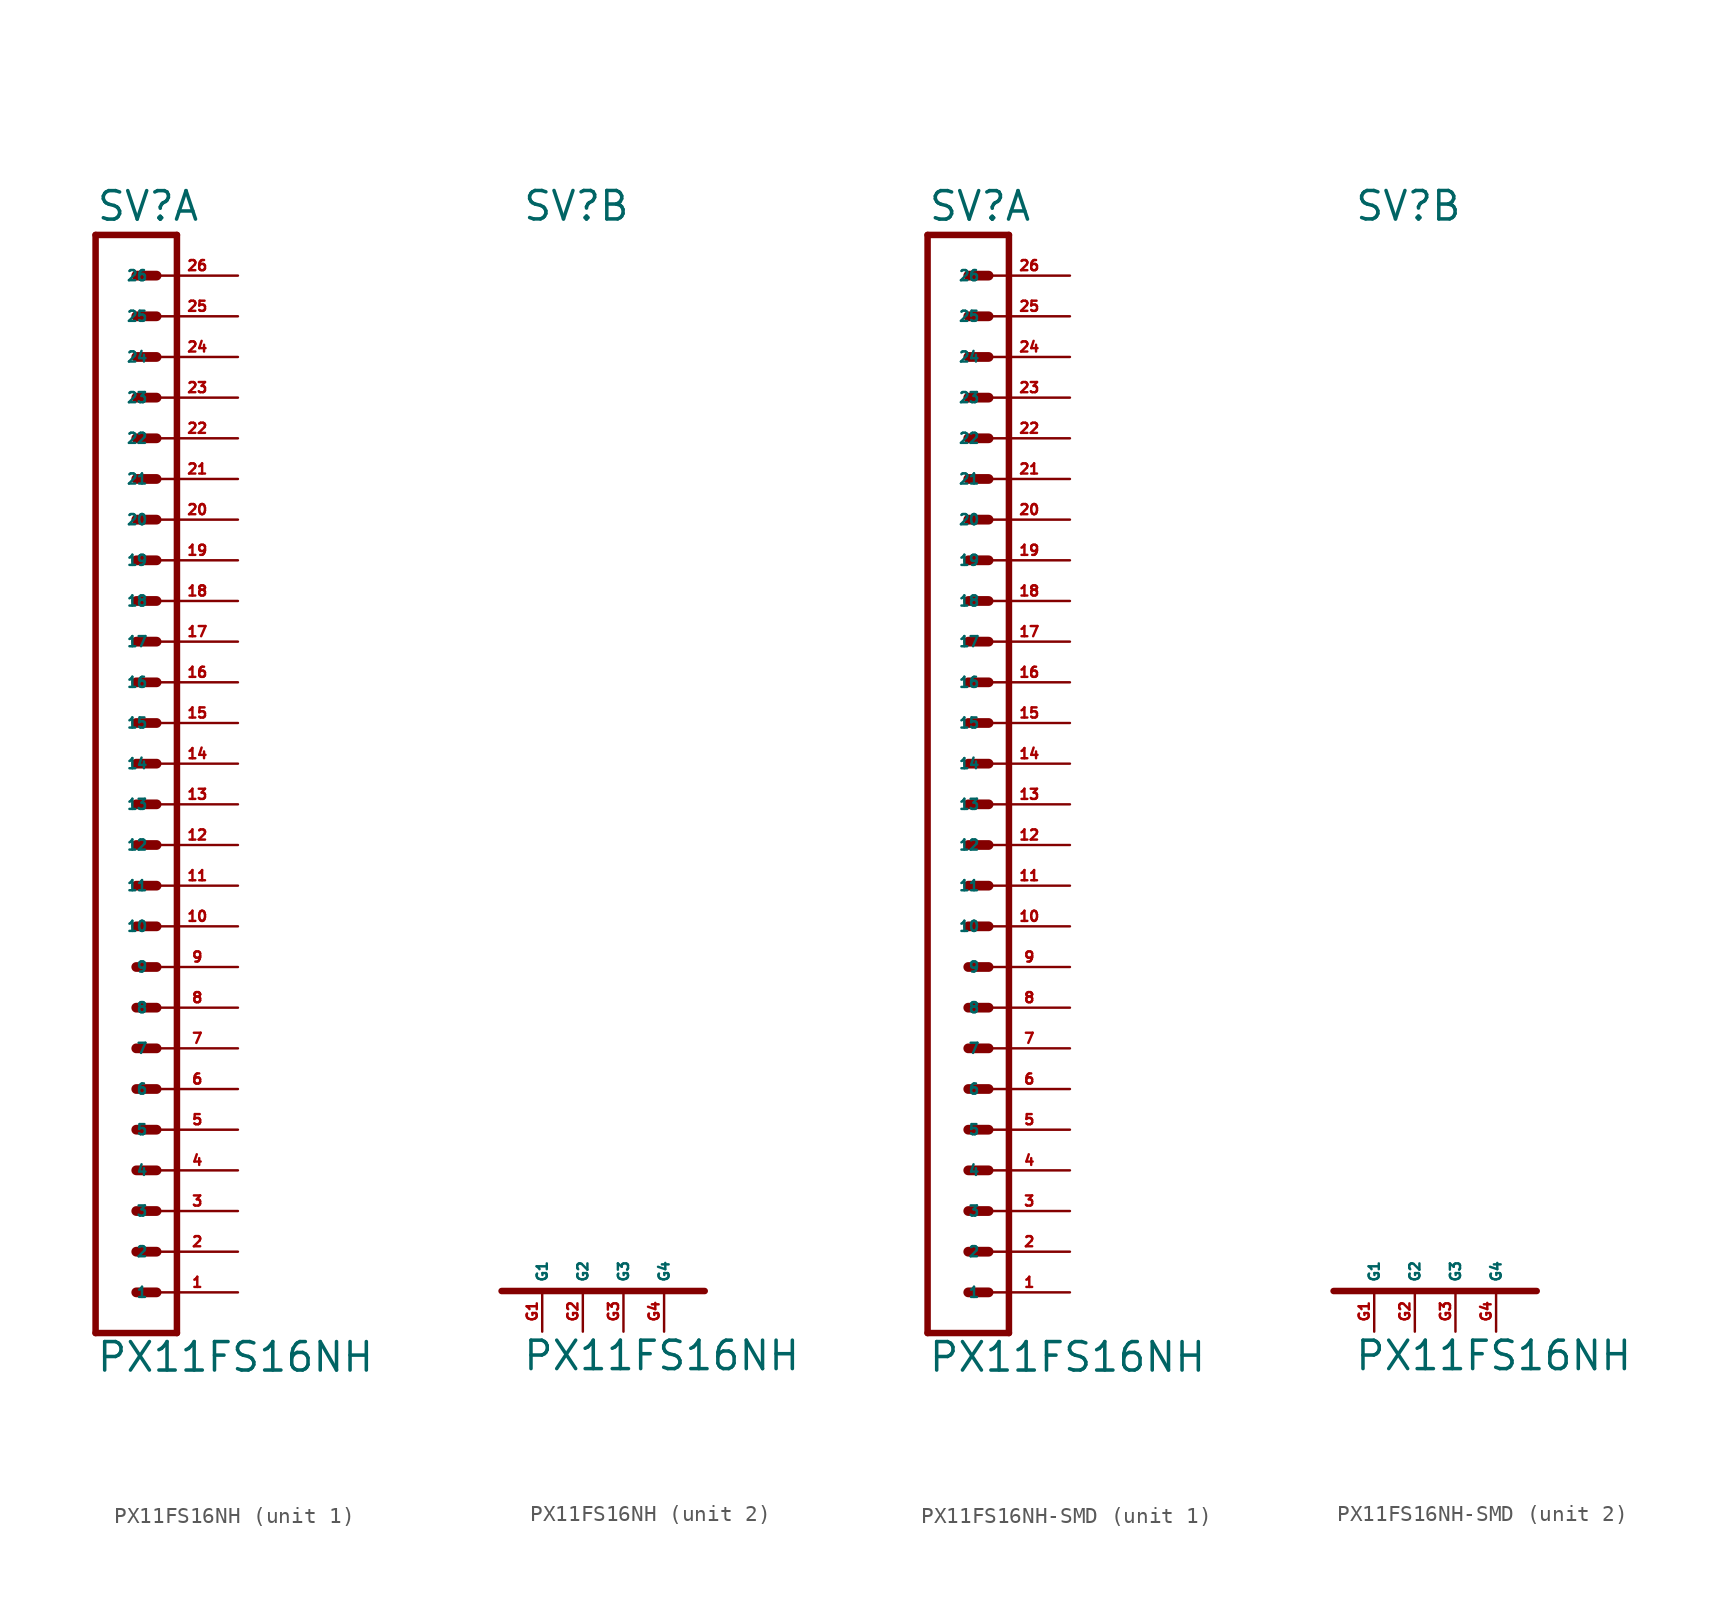
<source format=kicad_sym>
(kicad_symbol_lib
  (version 20220914)
  (generator Eagle2Kicad)
  (symbol "PX11FS16NH"
    (property "Reference" "SV"
      (at -1.27 66.802 0)
      (effects (font (size 1.778 1.778) (thickness 0.22)) (justify left bottom)))
    (property "Value" "PX11FS16NH"
      (at -1.27 -5.08 0)
      (effects (font (size 1.778 1.778) (thickness 0.22)) (justify left bottom)))
    (symbol "PX11FS16NH_1_0"
      (polyline (pts (xy 3.81 -2.54) (xy -1.27 -2.54)) (stroke (width 0.406) (type default)) (fill (type none)))
      (polyline (pts (xy 1.27 5.08) (xy 2.54 5.08)) (stroke (width 0.61) (type default)) (fill (type none)))
      (polyline (pts (xy 1.27 2.54) (xy 2.54 2.54)) (stroke (width 0.61) (type default)) (fill (type none)))
      (polyline (pts (xy 1.27 0) (xy 2.54 0)) (stroke (width 0.61) (type default)) (fill (type none)))
      (polyline (pts (xy 1.27 10.16) (xy 2.54 10.16)) (stroke (width 0.61) (type default)) (fill (type none)))
      (polyline (pts (xy 1.27 7.62) (xy 2.54 7.62)) (stroke (width 0.61) (type default)) (fill (type none)))
      (polyline (pts (xy 1.27 12.7) (xy 2.54 12.7)) (stroke (width 0.61) (type default)) (fill (type none)))
      (polyline (pts (xy -1.27 66.04) (xy -1.27 -2.54)) (stroke (width 0.406) (type default)) (fill (type none)))
      (polyline (pts (xy 3.81 -2.54) (xy 3.81 66.04)) (stroke (width 0.406) (type default)) (fill (type none)))
      (polyline (pts (xy -1.27 66.04) (xy 3.81 66.04)) (stroke (width 0.406) (type default)) (fill (type none)))
      (polyline (pts (xy 1.27 15.24) (xy 2.54 15.24)) (stroke (width 0.61) (type default)) (fill (type none)))
      (polyline (pts (xy 1.27 17.78) (xy 2.54 17.78)) (stroke (width 0.61) (type default)) (fill (type none)))
      (polyline (pts (xy 1.27 20.32) (xy 2.54 20.32)) (stroke (width 0.61) (type default)) (fill (type none)))
      (polyline (pts (xy 1.27 22.86) (xy 2.54 22.86)) (stroke (width 0.61) (type default)) (fill (type none)))
      (polyline (pts (xy 1.27 25.4) (xy 2.54 25.4)) (stroke (width 0.61) (type default)) (fill (type none)))
      (polyline (pts (xy 1.27 27.94) (xy 2.54 27.94)) (stroke (width 0.61) (type default)) (fill (type none)))
      (polyline (pts (xy 1.27 30.48) (xy 2.54 30.48)) (stroke (width 0.61) (type default)) (fill (type none)))
      (polyline (pts (xy 1.27 33.02) (xy 2.54 33.02)) (stroke (width 0.61) (type default)) (fill (type none)))
      (polyline (pts (xy 1.27 35.56) (xy 2.54 35.56)) (stroke (width 0.61) (type default)) (fill (type none)))
      (polyline (pts (xy 1.27 38.1) (xy 2.54 38.1)) (stroke (width 0.61) (type default)) (fill (type none)))
      (polyline (pts (xy 1.27 40.64) (xy 2.54 40.64)) (stroke (width 0.61) (type default)) (fill (type none)))
      (polyline (pts (xy 1.27 43.18) (xy 2.54 43.18)) (stroke (width 0.61) (type default)) (fill (type none)))
      (polyline (pts (xy 1.27 45.72) (xy 2.54 45.72)) (stroke (width 0.61) (type default)) (fill (type none)))
      (polyline (pts (xy 1.27 48.26) (xy 2.54 48.26)) (stroke (width 0.61) (type default)) (fill (type none)))
      (polyline (pts (xy 1.27 50.8) (xy 2.54 50.8)) (stroke (width 0.61) (type default)) (fill (type none)))
      (polyline (pts (xy 1.27 53.34) (xy 2.54 53.34)) (stroke (width 0.61) (type default)) (fill (type none)))
      (polyline (pts (xy 1.27 55.88) (xy 2.54 55.88)) (stroke (width 0.61) (type default)) (fill (type none)))
      (polyline (pts (xy 1.27 58.42) (xy 2.54 58.42)) (stroke (width 0.61) (type default)) (fill (type none)))
      (polyline (pts (xy 1.27 60.96) (xy 2.54 60.96)) (stroke (width 0.61) (type default)) (fill (type none)))
      (polyline (pts (xy 1.27 63.5) (xy 2.54 63.5)) (stroke (width 0.61) (type default)) (fill (type none)))
      (pin passive line (at 7.62 0 180) (length 5.08) (name "1" (effects (font (size 0.635 0.635) (thickness 0.08)) (justify left bottom))) (number "1" (effects (font (size 0.635 0.635) (thickness 0.08)) (justify left bottom))))
      (pin passive line (at 7.62 2.54 180) (length 5.08) (name "2" (effects (font (size 0.635 0.635) (thickness 0.08)) (justify left bottom))) (number "2" (effects (font (size 0.635 0.635) (thickness 0.08)) (justify left bottom))))
      (pin passive line (at 7.62 5.08 180) (length 5.08) (name "3" (effects (font (size 0.635 0.635) (thickness 0.08)) (justify left bottom))) (number "3" (effects (font (size 0.635 0.635) (thickness 0.08)) (justify left bottom))))
      (pin passive line (at 7.62 7.62 180) (length 5.08) (name "4" (effects (font (size 0.635 0.635) (thickness 0.08)) (justify left bottom))) (number "4" (effects (font (size 0.635 0.635) (thickness 0.08)) (justify left bottom))))
      (pin passive line (at 7.62 10.16 180) (length 5.08) (name "5" (effects (font (size 0.635 0.635) (thickness 0.08)) (justify left bottom))) (number "5" (effects (font (size 0.635 0.635) (thickness 0.08)) (justify left bottom))))
      (pin passive line (at 7.62 12.7 180) (length 5.08) (name "6" (effects (font (size 0.635 0.635) (thickness 0.08)) (justify left bottom))) (number "6" (effects (font (size 0.635 0.635) (thickness 0.08)) (justify left bottom))))
      (pin passive line (at 7.62 15.24 180) (length 5.08) (name "7" (effects (font (size 0.635 0.635) (thickness 0.08)) (justify left bottom))) (number "7" (effects (font (size 0.635 0.635) (thickness 0.08)) (justify left bottom))))
      (pin passive line (at 7.62 17.78 180) (length 5.08) (name "8" (effects (font (size 0.635 0.635) (thickness 0.08)) (justify left bottom))) (number "8" (effects (font (size 0.635 0.635) (thickness 0.08)) (justify left bottom))))
      (pin passive line (at 7.62 20.32 180) (length 5.08) (name "9" (effects (font (size 0.635 0.635) (thickness 0.08)) (justify left bottom))) (number "9" (effects (font (size 0.635 0.635) (thickness 0.08)) (justify left bottom))))
      (pin passive line (at 7.62 22.86 180) (length 5.08) (name "10" (effects (font (size 0.635 0.635) (thickness 0.08)) (justify left bottom))) (number "10" (effects (font (size 0.635 0.635) (thickness 0.08)) (justify left bottom))))
      (pin passive line (at 7.62 25.4 180) (length 5.08) (name "11" (effects (font (size 0.635 0.635) (thickness 0.08)) (justify left bottom))) (number "11" (effects (font (size 0.635 0.635) (thickness 0.08)) (justify left bottom))))
      (pin passive line (at 7.62 27.94 180) (length 5.08) (name "12" (effects (font (size 0.635 0.635) (thickness 0.08)) (justify left bottom))) (number "12" (effects (font (size 0.635 0.635) (thickness 0.08)) (justify left bottom))))
      (pin passive line (at 7.62 30.48 180) (length 5.08) (name "13" (effects (font (size 0.635 0.635) (thickness 0.08)) (justify left bottom))) (number "13" (effects (font (size 0.635 0.635) (thickness 0.08)) (justify left bottom))))
      (pin passive line (at 7.62 33.02 180) (length 5.08) (name "14" (effects (font (size 0.635 0.635) (thickness 0.08)) (justify left bottom))) (number "14" (effects (font (size 0.635 0.635) (thickness 0.08)) (justify left bottom))))
      (pin passive line (at 7.62 35.56 180) (length 5.08) (name "15" (effects (font (size 0.635 0.635) (thickness 0.08)) (justify left bottom))) (number "15" (effects (font (size 0.635 0.635) (thickness 0.08)) (justify left bottom))))
      (pin passive line (at 7.62 38.1 180) (length 5.08) (name "16" (effects (font (size 0.635 0.635) (thickness 0.08)) (justify left bottom))) (number "16" (effects (font (size 0.635 0.635) (thickness 0.08)) (justify left bottom))))
      (pin passive line (at 7.62 40.64 180) (length 5.08) (name "17" (effects (font (size 0.635 0.635) (thickness 0.08)) (justify left bottom))) (number "17" (effects (font (size 0.635 0.635) (thickness 0.08)) (justify left bottom))))
      (pin passive line (at 7.62 43.18 180) (length 5.08) (name "18" (effects (font (size 0.635 0.635) (thickness 0.08)) (justify left bottom))) (number "18" (effects (font (size 0.635 0.635) (thickness 0.08)) (justify left bottom))))
      (pin passive line (at 7.62 45.72 180) (length 5.08) (name "19" (effects (font (size 0.635 0.635) (thickness 0.08)) (justify left bottom))) (number "19" (effects (font (size 0.635 0.635) (thickness 0.08)) (justify left bottom))))
      (pin passive line (at 7.62 48.26 180) (length 5.08) (name "20" (effects (font (size 0.635 0.635) (thickness 0.08)) (justify left bottom))) (number "20" (effects (font (size 0.635 0.635) (thickness 0.08)) (justify left bottom))))
      (pin passive line (at 7.62 50.8 180) (length 5.08) (name "21" (effects (font (size 0.635 0.635) (thickness 0.08)) (justify left bottom))) (number "21" (effects (font (size 0.635 0.635) (thickness 0.08)) (justify left bottom))))
      (pin passive line (at 7.62 53.34 180) (length 5.08) (name "22" (effects (font (size 0.635 0.635) (thickness 0.08)) (justify left bottom))) (number "22" (effects (font (size 0.635 0.635) (thickness 0.08)) (justify left bottom))))
      (pin passive line (at 7.62 55.88 180) (length 5.08) (name "23" (effects (font (size 0.635 0.635) (thickness 0.08)) (justify left bottom))) (number "23" (effects (font (size 0.635 0.635) (thickness 0.08)) (justify left bottom))))
      (pin passive line (at 7.62 58.42 180) (length 5.08) (name "24" (effects (font (size 0.635 0.635) (thickness 0.08)) (justify left bottom))) (number "24" (effects (font (size 0.635 0.635) (thickness 0.08)) (justify left bottom))))
      (pin passive line (at 7.62 60.96 180) (length 5.08) (name "25" (effects (font (size 0.635 0.635) (thickness 0.08)) (justify left bottom))) (number "25" (effects (font (size 0.635 0.635) (thickness 0.08)) (justify left bottom))))
      (pin passive line (at 7.62 63.5 180) (length 5.08) (name "26" (effects (font (size 0.635 0.635) (thickness 0.08)) (justify left bottom))) (number "26" (effects (font (size 0.635 0.635) (thickness 0.08)) (justify left bottom)))))
    (symbol "PX11FS16NH_2_0"
      (polyline (pts (xy -2.54 0) (xy 10.16 0)) (stroke (width 0.406) (type default)) (fill (type none)))
      (pin passive line (at 0 -2.54 90) (length 2.54) (name "G1" (effects (font (size 0.635 0.635) (thickness 0.08)) (justify left bottom))) (number "G1" (effects (font (size 0.635 0.635) (thickness 0.08)) (justify left bottom))))
      (pin passive line (at 2.54 -2.54 90) (length 2.54) (name "G2" (effects (font (size 0.635 0.635) (thickness 0.08)) (justify left bottom))) (number "G2" (effects (font (size 0.635 0.635) (thickness 0.08)) (justify left bottom))))
      (pin passive line (at 5.08 -2.54 90) (length 2.54) (name "G3" (effects (font (size 0.635 0.635) (thickness 0.08)) (justify left bottom))) (number "G3" (effects (font (size 0.635 0.635) (thickness 0.08)) (justify left bottom))))
      (pin passive line (at 7.62 -2.54 90) (length 2.54) (name "G4" (effects (font (size 0.635 0.635) (thickness 0.08)) (justify left bottom))) (number "G4" (effects (font (size 0.635 0.635) (thickness 0.08)) (justify left bottom))))))
  (symbol "PX11FS16NH-SMD"
    (property "Reference" "SV"
      (at -1.27 66.802 0)
      (effects (font (size 1.778 1.778) (thickness 0.22)) (justify left bottom)))
    (property "Value" "PX11FS16NH"
      (at -1.27 -5.08 0)
      (effects (font (size 1.778 1.778) (thickness 0.22)) (justify left bottom)))
    (symbol "PX11FS16NH-SMD_1_0"
      (polyline (pts (xy 3.81 -2.54) (xy -1.27 -2.54)) (stroke (width 0.406) (type default)) (fill (type none)))
      (polyline (pts (xy 1.27 5.08) (xy 2.54 5.08)) (stroke (width 0.61) (type default)) (fill (type none)))
      (polyline (pts (xy 1.27 2.54) (xy 2.54 2.54)) (stroke (width 0.61) (type default)) (fill (type none)))
      (polyline (pts (xy 1.27 0) (xy 2.54 0)) (stroke (width 0.61) (type default)) (fill (type none)))
      (polyline (pts (xy 1.27 10.16) (xy 2.54 10.16)) (stroke (width 0.61) (type default)) (fill (type none)))
      (polyline (pts (xy 1.27 7.62) (xy 2.54 7.62)) (stroke (width 0.61) (type default)) (fill (type none)))
      (polyline (pts (xy 1.27 12.7) (xy 2.54 12.7)) (stroke (width 0.61) (type default)) (fill (type none)))
      (polyline (pts (xy -1.27 66.04) (xy -1.27 -2.54)) (stroke (width 0.406) (type default)) (fill (type none)))
      (polyline (pts (xy 3.81 -2.54) (xy 3.81 66.04)) (stroke (width 0.406) (type default)) (fill (type none)))
      (polyline (pts (xy -1.27 66.04) (xy 3.81 66.04)) (stroke (width 0.406) (type default)) (fill (type none)))
      (polyline (pts (xy 1.27 15.24) (xy 2.54 15.24)) (stroke (width 0.61) (type default)) (fill (type none)))
      (polyline (pts (xy 1.27 17.78) (xy 2.54 17.78)) (stroke (width 0.61) (type default)) (fill (type none)))
      (polyline (pts (xy 1.27 20.32) (xy 2.54 20.32)) (stroke (width 0.61) (type default)) (fill (type none)))
      (polyline (pts (xy 1.27 22.86) (xy 2.54 22.86)) (stroke (width 0.61) (type default)) (fill (type none)))
      (polyline (pts (xy 1.27 25.4) (xy 2.54 25.4)) (stroke (width 0.61) (type default)) (fill (type none)))
      (polyline (pts (xy 1.27 27.94) (xy 2.54 27.94)) (stroke (width 0.61) (type default)) (fill (type none)))
      (polyline (pts (xy 1.27 30.48) (xy 2.54 30.48)) (stroke (width 0.61) (type default)) (fill (type none)))
      (polyline (pts (xy 1.27 33.02) (xy 2.54 33.02)) (stroke (width 0.61) (type default)) (fill (type none)))
      (polyline (pts (xy 1.27 35.56) (xy 2.54 35.56)) (stroke (width 0.61) (type default)) (fill (type none)))
      (polyline (pts (xy 1.27 38.1) (xy 2.54 38.1)) (stroke (width 0.61) (type default)) (fill (type none)))
      (polyline (pts (xy 1.27 40.64) (xy 2.54 40.64)) (stroke (width 0.61) (type default)) (fill (type none)))
      (polyline (pts (xy 1.27 43.18) (xy 2.54 43.18)) (stroke (width 0.61) (type default)) (fill (type none)))
      (polyline (pts (xy 1.27 45.72) (xy 2.54 45.72)) (stroke (width 0.61) (type default)) (fill (type none)))
      (polyline (pts (xy 1.27 48.26) (xy 2.54 48.26)) (stroke (width 0.61) (type default)) (fill (type none)))
      (polyline (pts (xy 1.27 50.8) (xy 2.54 50.8)) (stroke (width 0.61) (type default)) (fill (type none)))
      (polyline (pts (xy 1.27 53.34) (xy 2.54 53.34)) (stroke (width 0.61) (type default)) (fill (type none)))
      (polyline (pts (xy 1.27 55.88) (xy 2.54 55.88)) (stroke (width 0.61) (type default)) (fill (type none)))
      (polyline (pts (xy 1.27 58.42) (xy 2.54 58.42)) (stroke (width 0.61) (type default)) (fill (type none)))
      (polyline (pts (xy 1.27 60.96) (xy 2.54 60.96)) (stroke (width 0.61) (type default)) (fill (type none)))
      (polyline (pts (xy 1.27 63.5) (xy 2.54 63.5)) (stroke (width 0.61) (type default)) (fill (type none)))
      (pin passive line (at 7.62 0 180) (length 5.08) (name "1" (effects (font (size 0.635 0.635) (thickness 0.08)) (justify left bottom))) (number "1" (effects (font (size 0.635 0.635) (thickness 0.08)) (justify left bottom))))
      (pin passive line (at 7.62 2.54 180) (length 5.08) (name "2" (effects (font (size 0.635 0.635) (thickness 0.08)) (justify left bottom))) (number "2" (effects (font (size 0.635 0.635) (thickness 0.08)) (justify left bottom))))
      (pin passive line (at 7.62 5.08 180) (length 5.08) (name "3" (effects (font (size 0.635 0.635) (thickness 0.08)) (justify left bottom))) (number "3" (effects (font (size 0.635 0.635) (thickness 0.08)) (justify left bottom))))
      (pin passive line (at 7.62 7.62 180) (length 5.08) (name "4" (effects (font (size 0.635 0.635) (thickness 0.08)) (justify left bottom))) (number "4" (effects (font (size 0.635 0.635) (thickness 0.08)) (justify left bottom))))
      (pin passive line (at 7.62 10.16 180) (length 5.08) (name "5" (effects (font (size 0.635 0.635) (thickness 0.08)) (justify left bottom))) (number "5" (effects (font (size 0.635 0.635) (thickness 0.08)) (justify left bottom))))
      (pin passive line (at 7.62 12.7 180) (length 5.08) (name "6" (effects (font (size 0.635 0.635) (thickness 0.08)) (justify left bottom))) (number "6" (effects (font (size 0.635 0.635) (thickness 0.08)) (justify left bottom))))
      (pin passive line (at 7.62 15.24 180) (length 5.08) (name "7" (effects (font (size 0.635 0.635) (thickness 0.08)) (justify left bottom))) (number "7" (effects (font (size 0.635 0.635) (thickness 0.08)) (justify left bottom))))
      (pin passive line (at 7.62 17.78 180) (length 5.08) (name "8" (effects (font (size 0.635 0.635) (thickness 0.08)) (justify left bottom))) (number "8" (effects (font (size 0.635 0.635) (thickness 0.08)) (justify left bottom))))
      (pin passive line (at 7.62 20.32 180) (length 5.08) (name "9" (effects (font (size 0.635 0.635) (thickness 0.08)) (justify left bottom))) (number "9" (effects (font (size 0.635 0.635) (thickness 0.08)) (justify left bottom))))
      (pin passive line (at 7.62 22.86 180) (length 5.08) (name "10" (effects (font (size 0.635 0.635) (thickness 0.08)) (justify left bottom))) (number "10" (effects (font (size 0.635 0.635) (thickness 0.08)) (justify left bottom))))
      (pin passive line (at 7.62 25.4 180) (length 5.08) (name "11" (effects (font (size 0.635 0.635) (thickness 0.08)) (justify left bottom))) (number "11" (effects (font (size 0.635 0.635) (thickness 0.08)) (justify left bottom))))
      (pin passive line (at 7.62 27.94 180) (length 5.08) (name "12" (effects (font (size 0.635 0.635) (thickness 0.08)) (justify left bottom))) (number "12" (effects (font (size 0.635 0.635) (thickness 0.08)) (justify left bottom))))
      (pin passive line (at 7.62 30.48 180) (length 5.08) (name "13" (effects (font (size 0.635 0.635) (thickness 0.08)) (justify left bottom))) (number "13" (effects (font (size 0.635 0.635) (thickness 0.08)) (justify left bottom))))
      (pin passive line (at 7.62 33.02 180) (length 5.08) (name "14" (effects (font (size 0.635 0.635) (thickness 0.08)) (justify left bottom))) (number "14" (effects (font (size 0.635 0.635) (thickness 0.08)) (justify left bottom))))
      (pin passive line (at 7.62 35.56 180) (length 5.08) (name "15" (effects (font (size 0.635 0.635) (thickness 0.08)) (justify left bottom))) (number "15" (effects (font (size 0.635 0.635) (thickness 0.08)) (justify left bottom))))
      (pin passive line (at 7.62 38.1 180) (length 5.08) (name "16" (effects (font (size 0.635 0.635) (thickness 0.08)) (justify left bottom))) (number "16" (effects (font (size 0.635 0.635) (thickness 0.08)) (justify left bottom))))
      (pin passive line (at 7.62 40.64 180) (length 5.08) (name "17" (effects (font (size 0.635 0.635) (thickness 0.08)) (justify left bottom))) (number "17" (effects (font (size 0.635 0.635) (thickness 0.08)) (justify left bottom))))
      (pin passive line (at 7.62 43.18 180) (length 5.08) (name "18" (effects (font (size 0.635 0.635) (thickness 0.08)) (justify left bottom))) (number "18" (effects (font (size 0.635 0.635) (thickness 0.08)) (justify left bottom))))
      (pin passive line (at 7.62 45.72 180) (length 5.08) (name "19" (effects (font (size 0.635 0.635) (thickness 0.08)) (justify left bottom))) (number "19" (effects (font (size 0.635 0.635) (thickness 0.08)) (justify left bottom))))
      (pin passive line (at 7.62 48.26 180) (length 5.08) (name "20" (effects (font (size 0.635 0.635) (thickness 0.08)) (justify left bottom))) (number "20" (effects (font (size 0.635 0.635) (thickness 0.08)) (justify left bottom))))
      (pin passive line (at 7.62 50.8 180) (length 5.08) (name "21" (effects (font (size 0.635 0.635) (thickness 0.08)) (justify left bottom))) (number "21" (effects (font (size 0.635 0.635) (thickness 0.08)) (justify left bottom))))
      (pin passive line (at 7.62 53.34 180) (length 5.08) (name "22" (effects (font (size 0.635 0.635) (thickness 0.08)) (justify left bottom))) (number "22" (effects (font (size 0.635 0.635) (thickness 0.08)) (justify left bottom))))
      (pin passive line (at 7.62 55.88 180) (length 5.08) (name "23" (effects (font (size 0.635 0.635) (thickness 0.08)) (justify left bottom))) (number "23" (effects (font (size 0.635 0.635) (thickness 0.08)) (justify left bottom))))
      (pin passive line (at 7.62 58.42 180) (length 5.08) (name "24" (effects (font (size 0.635 0.635) (thickness 0.08)) (justify left bottom))) (number "24" (effects (font (size 0.635 0.635) (thickness 0.08)) (justify left bottom))))
      (pin passive line (at 7.62 60.96 180) (length 5.08) (name "25" (effects (font (size 0.635 0.635) (thickness 0.08)) (justify left bottom))) (number "25" (effects (font (size 0.635 0.635) (thickness 0.08)) (justify left bottom))))
      (pin passive line (at 7.62 63.5 180) (length 5.08) (name "26" (effects (font (size 0.635 0.635) (thickness 0.08)) (justify left bottom))) (number "26" (effects (font (size 0.635 0.635) (thickness 0.08)) (justify left bottom)))))
    (symbol "PX11FS16NH-SMD_2_0"
      (polyline (pts (xy -2.54 0) (xy 10.16 0)) (stroke (width 0.406) (type default)) (fill (type none)))
      (pin passive line (at 0 -2.54 90) (length 2.54) (name "G1" (effects (font (size 0.635 0.635) (thickness 0.08)) (justify left bottom))) (number "G1" (effects (font (size 0.635 0.635) (thickness 0.08)) (justify left bottom))))
      (pin passive line (at 2.54 -2.54 90) (length 2.54) (name "G2" (effects (font (size 0.635 0.635) (thickness 0.08)) (justify left bottom))) (number "G2" (effects (font (size 0.635 0.635) (thickness 0.08)) (justify left bottom))))
      (pin passive line (at 5.08 -2.54 90) (length 2.54) (name "G3" (effects (font (size 0.635 0.635) (thickness 0.08)) (justify left bottom))) (number "G3" (effects (font (size 0.635 0.635) (thickness 0.08)) (justify left bottom))))
      (pin passive line (at 7.62 -2.54 90) (length 2.54) (name "G4" (effects (font (size 0.635 0.635) (thickness 0.08)) (justify left bottom))) (number "G4" (effects (font (size 0.635 0.635) (thickness 0.08)) (justify left bottom)))))))
</source>
